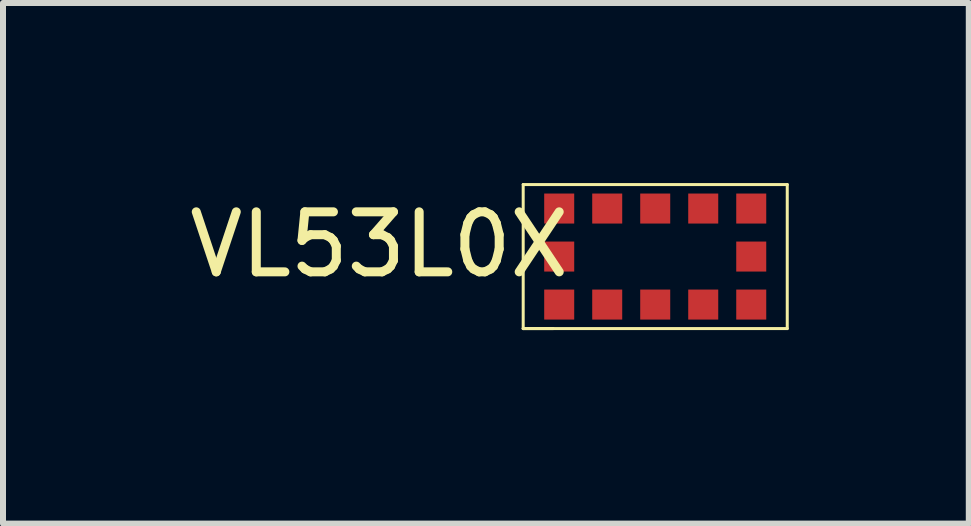
<source format=kicad_pcb>
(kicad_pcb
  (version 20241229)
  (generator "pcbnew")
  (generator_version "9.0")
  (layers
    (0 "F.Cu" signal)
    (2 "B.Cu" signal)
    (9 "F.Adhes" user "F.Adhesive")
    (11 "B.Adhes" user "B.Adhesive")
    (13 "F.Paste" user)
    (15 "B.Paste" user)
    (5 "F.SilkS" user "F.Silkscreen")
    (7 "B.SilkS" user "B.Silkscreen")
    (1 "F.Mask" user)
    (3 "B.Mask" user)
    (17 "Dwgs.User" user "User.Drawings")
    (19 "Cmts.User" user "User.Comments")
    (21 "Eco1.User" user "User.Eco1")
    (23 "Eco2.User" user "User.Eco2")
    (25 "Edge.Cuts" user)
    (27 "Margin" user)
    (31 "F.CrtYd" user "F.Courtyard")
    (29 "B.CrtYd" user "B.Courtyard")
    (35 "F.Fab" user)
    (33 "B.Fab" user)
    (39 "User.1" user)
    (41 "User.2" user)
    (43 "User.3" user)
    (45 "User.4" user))
  (footprint "VL53L0X"
    (layer "F.Cu")
    (at 5.668 2.425)
    (property "Reference" "VL53L0X" (at -2.4 -1.4 0) (layer "F.SilkS") (effects (font (size 1 1) (thickness 0.15))))
    (attr through_hole)
    (fp_line (start 0 -2.4) (end 0 0) (stroke (width 0.05) (type solid)) (layer "F.SilkS"))
    (fp_line (start 0 0) (end 0.5 0) (stroke (width 0.05) (type solid)) (layer "F.SilkS"))
    (fp_line (start 0 0) (end 4.4 0) (stroke (width 0.05) (type solid)) (layer "F.SilkS"))
    (fp_line (start 4.4 -2.4) (end 0 -2.4) (stroke (width 0.05) (type solid)) (layer "F.SilkS"))
    (fp_line (start 4.4 0) (end 4.4 -2.4) (stroke (width 0.05) (type solid)) (layer "F.SilkS"))
    (pad "1" smd rect (at 0.6 -0.4) (size 0.5 0.5) (layers "F.Cu" "F.Mask" "F.Paste"))
    (pad "2" smd rect (at 1.4 -0.4) (size 0.5 0.5) (layers "F.Cu" "F.Mask" "F.Paste"))
    (pad "3" smd rect (at 2.2 -0.4) (size 0.5 0.5) (layers "F.Cu" "F.Mask" "F.Paste"))
    (pad "4" smd rect (at 3 -0.4) (size 0.5 0.5) (layers "F.Cu" "F.Mask" "F.Paste"))
    (pad "5" smd rect (at 3.8 -0.4) (size 0.5 0.5) (layers "F.Cu" "F.Mask" "F.Paste"))
    (pad "6" smd rect (at 3.8 -1.2) (size 0.5 0.5) (layers "F.Cu" "F.Mask" "F.Paste"))
    (pad "7" smd rect (at 3.8 -2) (size 0.5 0.5) (layers "F.Cu" "F.Mask" "F.Paste"))
    (pad "8" smd rect (at 3 -2) (size 0.5 0.5) (layers "F.Cu" "F.Mask" "F.Paste"))
    (pad "9" smd rect (at 2.2 -2) (size 0.5 0.5) (layers "F.Cu" "F.Mask" "F.Paste"))
    (pad "10" smd rect (at 1.4 -2) (size 0.5 0.5) (layers "F.Cu" "F.Mask" "F.Paste"))
    (pad "11" smd rect (at 0.6 -2) (size 0.5 0.5) (layers "F.Cu" "F.Mask" "F.Paste"))
    (pad "12" smd rect (at 0.6 -1.2) (size 0.5 0.5) (layers "F.Cu" "F.Mask" "F.Paste")))
  (gr_rect
    (start -3 -3)
    (end 13.093 5.675)
    (stroke (width 0.1) (type default))
    (fill no)
    (layer "Edge.Cuts")))
</source>
